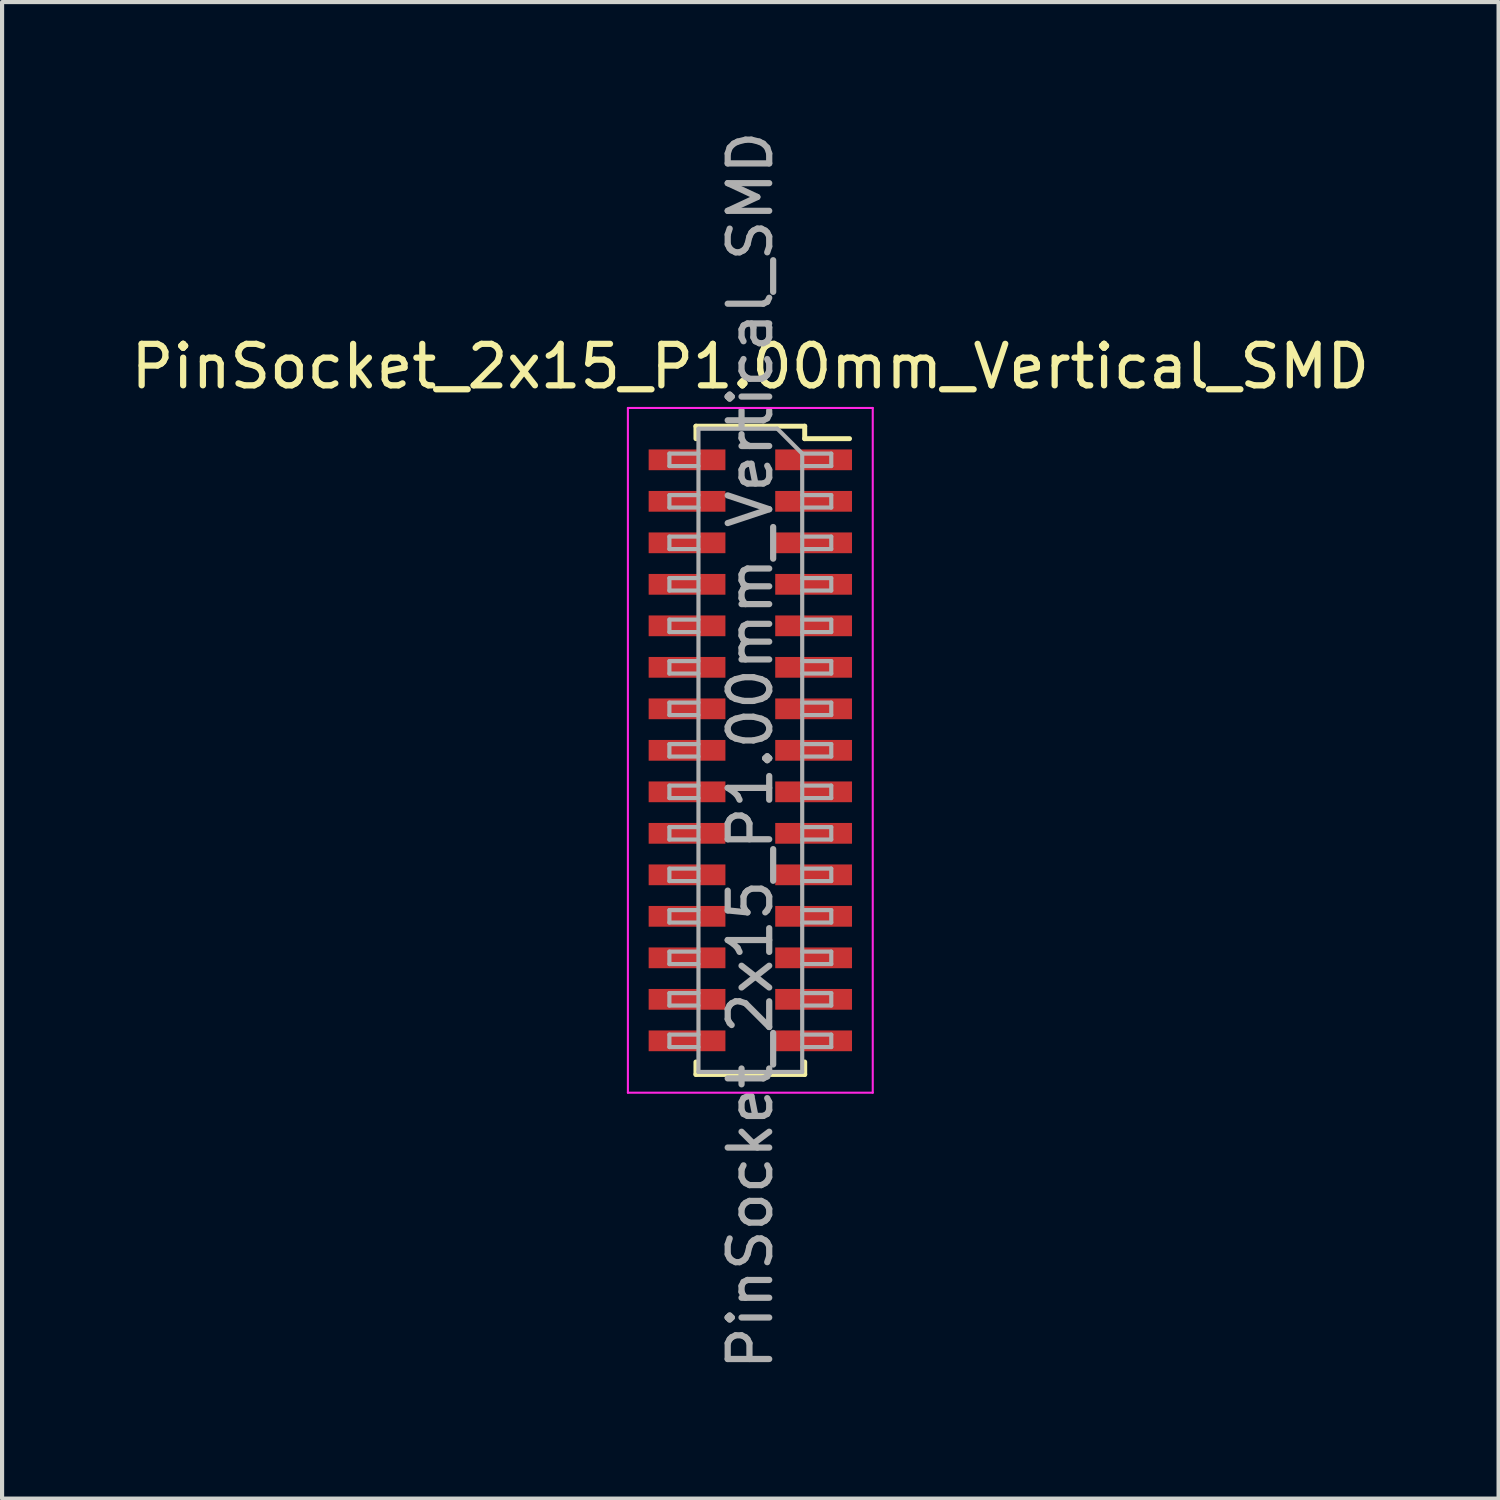
<source format=kicad_pcb>
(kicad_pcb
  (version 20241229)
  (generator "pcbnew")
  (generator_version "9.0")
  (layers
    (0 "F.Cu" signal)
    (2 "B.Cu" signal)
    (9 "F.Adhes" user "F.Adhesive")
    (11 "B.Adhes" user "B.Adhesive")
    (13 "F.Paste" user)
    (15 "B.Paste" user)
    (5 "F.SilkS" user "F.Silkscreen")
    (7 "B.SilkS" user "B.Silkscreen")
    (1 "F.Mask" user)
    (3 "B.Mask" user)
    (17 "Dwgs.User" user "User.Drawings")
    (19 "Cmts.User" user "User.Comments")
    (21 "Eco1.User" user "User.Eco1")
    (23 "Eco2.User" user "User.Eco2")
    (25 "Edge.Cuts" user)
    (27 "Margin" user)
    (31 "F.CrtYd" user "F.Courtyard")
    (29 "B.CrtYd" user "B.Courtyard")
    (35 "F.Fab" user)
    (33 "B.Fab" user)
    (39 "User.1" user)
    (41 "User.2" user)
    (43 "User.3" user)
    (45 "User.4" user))
  (footprint "PinSocket_2x15_P1.00mm_Vertical_SMD"
    (layer "F.Cu")
    (at 15.03 15.03)
    (property "Reference" "PinSocket_2x15_P1.00mm_Vertical_SMD" (at 0 -9.25 0) (layer "F.SilkS") (effects (font (size 1 1) (thickness 0.15))))
    (attr smd)
    (fp_line (start -1.31 -7.81) (end -1.31 -7.51) (stroke (width 0.12) (type solid)) (layer "F.SilkS"))
    (fp_line (start -1.31 -7.81) (end 1.31 -7.81) (stroke (width 0.12) (type solid)) (layer "F.SilkS"))
    (fp_line (start -1.31 7.51) (end -1.31 7.81) (stroke (width 0.12) (type solid)) (layer "F.SilkS"))
    (fp_line (start -1.31 7.81) (end 1.31 7.81) (stroke (width 0.12) (type solid)) (layer "F.SilkS"))
    (fp_line (start 1.31 -7.81) (end 1.31 -7.51) (stroke (width 0.12) (type solid)) (layer "F.SilkS"))
    (fp_line (start 1.31 -7.51) (end 2.39 -7.51) (stroke (width 0.12) (type solid)) (layer "F.SilkS"))
    (fp_line (start 1.31 7.51) (end 1.31 7.81) (stroke (width 0.12) (type solid)) (layer "F.SilkS"))
    (fp_line (start -2.95 -8.25) (end 2.95 -8.25) (stroke (width 0.05) (type solid)) (layer "F.CrtYd"))
    (fp_line (start -2.95 8.25) (end -2.95 -8.25) (stroke (width 0.05) (type solid)) (layer "F.CrtYd"))
    (fp_line (start 2.95 -8.25) (end 2.95 8.25) (stroke (width 0.05) (type solid)) (layer "F.CrtYd"))
    (fp_line (start 2.95 8.25) (end -2.95 8.25) (stroke (width 0.05) (type solid)) (layer "F.CrtYd"))
    (fp_line (start -1.95 -7.15) (end -1.25 -7.15) (stroke (width 0.1) (type solid)) (layer "F.Fab"))
    (fp_line (start -1.95 -6.85) (end -1.95 -7.15) (stroke (width 0.1) (type solid)) (layer "F.Fab"))
    (fp_line (start -1.95 -6.15) (end -1.25 -6.15) (stroke (width 0.1) (type solid)) (layer "F.Fab"))
    (fp_line (start -1.95 -5.85) (end -1.95 -6.15) (stroke (width 0.1) (type solid)) (layer "F.Fab"))
    (fp_line (start -1.95 -5.15) (end -1.25 -5.15) (stroke (width 0.1) (type solid)) (layer "F.Fab"))
    (fp_line (start -1.95 -4.85) (end -1.95 -5.15) (stroke (width 0.1) (type solid)) (layer "F.Fab"))
    (fp_line (start -1.95 -4.15) (end -1.25 -4.15) (stroke (width 0.1) (type solid)) (layer "F.Fab"))
    (fp_line (start -1.95 -3.85) (end -1.95 -4.15) (stroke (width 0.1) (type solid)) (layer "F.Fab"))
    (fp_line (start -1.95 -3.15) (end -1.25 -3.15) (stroke (width 0.1) (type solid)) (layer "F.Fab"))
    (fp_line (start -1.95 -2.85) (end -1.95 -3.15) (stroke (width 0.1) (type solid)) (layer "F.Fab"))
    (fp_line (start -1.95 -2.15) (end -1.25 -2.15) (stroke (width 0.1) (type solid)) (layer "F.Fab"))
    (fp_line (start -1.95 -1.85) (end -1.95 -2.15) (stroke (width 0.1) (type solid)) (layer "F.Fab"))
    (fp_line (start -1.95 -1.15) (end -1.25 -1.15) (stroke (width 0.1) (type solid)) (layer "F.Fab"))
    (fp_line (start -1.95 -0.85) (end -1.95 -1.15) (stroke (width 0.1) (type solid)) (layer "F.Fab"))
    (fp_line (start -1.95 -0.15) (end -1.25 -0.15) (stroke (width 0.1) (type solid)) (layer "F.Fab"))
    (fp_line (start -1.95 0.15) (end -1.95 -0.15) (stroke (width 0.1) (type solid)) (layer "F.Fab"))
    (fp_line (start -1.95 0.85) (end -1.25 0.85) (stroke (width 0.1) (type solid)) (layer "F.Fab"))
    (fp_line (start -1.95 1.15) (end -1.95 0.85) (stroke (width 0.1) (type solid)) (layer "F.Fab"))
    (fp_line (start -1.95 1.85) (end -1.25 1.85) (stroke (width 0.1) (type solid)) (layer "F.Fab"))
    (fp_line (start -1.95 2.15) (end -1.95 1.85) (stroke (width 0.1) (type solid)) (layer "F.Fab"))
    (fp_line (start -1.95 2.85) (end -1.25 2.85) (stroke (width 0.1) (type solid)) (layer "F.Fab"))
    (fp_line (start -1.95 3.15) (end -1.95 2.85) (stroke (width 0.1) (type solid)) (layer "F.Fab"))
    (fp_line (start -1.95 3.85) (end -1.25 3.85) (stroke (width 0.1) (type solid)) (layer "F.Fab"))
    (fp_line (start -1.95 4.15) (end -1.95 3.85) (stroke (width 0.1) (type solid)) (layer "F.Fab"))
    (fp_line (start -1.95 4.85) (end -1.25 4.85) (stroke (width 0.1) (type solid)) (layer "F.Fab"))
    (fp_line (start -1.95 5.15) (end -1.95 4.85) (stroke (width 0.1) (type solid)) (layer "F.Fab"))
    (fp_line (start -1.95 5.85) (end -1.25 5.85) (stroke (width 0.1) (type solid)) (layer "F.Fab"))
    (fp_line (start -1.95 6.15) (end -1.95 5.85) (stroke (width 0.1) (type solid)) (layer "F.Fab"))
    (fp_line (start -1.95 6.85) (end -1.25 6.85) (stroke (width 0.1) (type solid)) (layer "F.Fab"))
    (fp_line (start -1.95 7.15) (end -1.95 6.85) (stroke (width 0.1) (type solid)) (layer "F.Fab"))
    (fp_line (start -1.25 -7.75) (end 0.65 -7.75) (stroke (width 0.1) (type solid)) (layer "F.Fab"))
    (fp_line (start -1.25 -6.85) (end -1.95 -6.85) (stroke (width 0.1) (type solid)) (layer "F.Fab"))
    (fp_line (start -1.25 -5.85) (end -1.95 -5.85) (stroke (width 0.1) (type solid)) (layer "F.Fab"))
    (fp_line (start -1.25 -4.85) (end -1.95 -4.85) (stroke (width 0.1) (type solid)) (layer "F.Fab"))
    (fp_line (start -1.25 -3.85) (end -1.95 -3.85) (stroke (width 0.1) (type solid)) (layer "F.Fab"))
    (fp_line (start -1.25 -2.85) (end -1.95 -2.85) (stroke (width 0.1) (type solid)) (layer "F.Fab"))
    (fp_line (start -1.25 -1.85) (end -1.95 -1.85) (stroke (width 0.1) (type solid)) (layer "F.Fab"))
    (fp_line (start -1.25 -0.85) (end -1.95 -0.85) (stroke (width 0.1) (type solid)) (layer "F.Fab"))
    (fp_line (start -1.25 0.15) (end -1.95 0.15) (stroke (width 0.1) (type solid)) (layer "F.Fab"))
    (fp_line (start -1.25 1.15) (end -1.95 1.15) (stroke (width 0.1) (type solid)) (layer "F.Fab"))
    (fp_line (start -1.25 2.15) (end -1.95 2.15) (stroke (width 0.1) (type solid)) (layer "F.Fab"))
    (fp_line (start -1.25 3.15) (end -1.95 3.15) (stroke (width 0.1) (type solid)) (layer "F.Fab"))
    (fp_line (start -1.25 4.15) (end -1.95 4.15) (stroke (width 0.1) (type solid)) (layer "F.Fab"))
    (fp_line (start -1.25 5.15) (end -1.95 5.15) (stroke (width 0.1) (type solid)) (layer "F.Fab"))
    (fp_line (start -1.25 6.15) (end -1.95 6.15) (stroke (width 0.1) (type solid)) (layer "F.Fab"))
    (fp_line (start -1.25 7.15) (end -1.95 7.15) (stroke (width 0.1) (type solid)) (layer "F.Fab"))
    (fp_line (start -1.25 7.75) (end -1.25 -7.75) (stroke (width 0.1) (type solid)) (layer "F.Fab"))
    (fp_line (start 0.65 -7.75) (end 1.25 -7.15) (stroke (width 0.1) (type solid)) (layer "F.Fab"))
    (fp_line (start 1.25 -7.15) (end 1.25 7.75) (stroke (width 0.1) (type solid)) (layer "F.Fab"))
    (fp_line (start 1.25 -7.15) (end 1.95 -7.15) (stroke (width 0.1) (type solid)) (layer "F.Fab"))
    (fp_line (start 1.25 -6.15) (end 1.95 -6.15) (stroke (width 0.1) (type solid)) (layer "F.Fab"))
    (fp_line (start 1.25 -5.15) (end 1.95 -5.15) (stroke (width 0.1) (type solid)) (layer "F.Fab"))
    (fp_line (start 1.25 -4.15) (end 1.95 -4.15) (stroke (width 0.1) (type solid)) (layer "F.Fab"))
    (fp_line (start 1.25 -3.15) (end 1.95 -3.15) (stroke (width 0.1) (type solid)) (layer "F.Fab"))
    (fp_line (start 1.25 -2.15) (end 1.95 -2.15) (stroke (width 0.1) (type solid)) (layer "F.Fab"))
    (fp_line (start 1.25 -1.15) (end 1.95 -1.15) (stroke (width 0.1) (type solid)) (layer "F.Fab"))
    (fp_line (start 1.25 -0.15) (end 1.95 -0.15) (stroke (width 0.1) (type solid)) (layer "F.Fab"))
    (fp_line (start 1.25 0.85) (end 1.95 0.85) (stroke (width 0.1) (type solid)) (layer "F.Fab"))
    (fp_line (start 1.25 1.85) (end 1.95 1.85) (stroke (width 0.1) (type solid)) (layer "F.Fab"))
    (fp_line (start 1.25 2.85) (end 1.95 2.85) (stroke (width 0.1) (type solid)) (layer "F.Fab"))
    (fp_line (start 1.25 3.85) (end 1.95 3.85) (stroke (width 0.1) (type solid)) (layer "F.Fab"))
    (fp_line (start 1.25 4.85) (end 1.95 4.85) (stroke (width 0.1) (type solid)) (layer "F.Fab"))
    (fp_line (start 1.25 5.85) (end 1.95 5.85) (stroke (width 0.1) (type solid)) (layer "F.Fab"))
    (fp_line (start 1.25 6.85) (end 1.95 6.85) (stroke (width 0.1) (type solid)) (layer "F.Fab"))
    (fp_line (start 1.25 7.75) (end -1.25 7.75) (stroke (width 0.1) (type solid)) (layer "F.Fab"))
    (fp_line (start 1.95 -7.15) (end 1.95 -6.85) (stroke (width 0.1) (type solid)) (layer "F.Fab"))
    (fp_line (start 1.95 -6.85) (end 1.25 -6.85) (stroke (width 0.1) (type solid)) (layer "F.Fab"))
    (fp_line (start 1.95 -6.15) (end 1.95 -5.85) (stroke (width 0.1) (type solid)) (layer "F.Fab"))
    (fp_line (start 1.95 -5.85) (end 1.25 -5.85) (stroke (width 0.1) (type solid)) (layer "F.Fab"))
    (fp_line (start 1.95 -5.15) (end 1.95 -4.85) (stroke (width 0.1) (type solid)) (layer "F.Fab"))
    (fp_line (start 1.95 -4.85) (end 1.25 -4.85) (stroke (width 0.1) (type solid)) (layer "F.Fab"))
    (fp_line (start 1.95 -4.15) (end 1.95 -3.85) (stroke (width 0.1) (type solid)) (layer "F.Fab"))
    (fp_line (start 1.95 -3.85) (end 1.25 -3.85) (stroke (width 0.1) (type solid)) (layer "F.Fab"))
    (fp_line (start 1.95 -3.15) (end 1.95 -2.85) (stroke (width 0.1) (type solid)) (layer "F.Fab"))
    (fp_line (start 1.95 -2.85) (end 1.25 -2.85) (stroke (width 0.1) (type solid)) (layer "F.Fab"))
    (fp_line (start 1.95 -2.15) (end 1.95 -1.85) (stroke (width 0.1) (type solid)) (layer "F.Fab"))
    (fp_line (start 1.95 -1.85) (end 1.25 -1.85) (stroke (width 0.1) (type solid)) (layer "F.Fab"))
    (fp_line (start 1.95 -1.15) (end 1.95 -0.85) (stroke (width 0.1) (type solid)) (layer "F.Fab"))
    (fp_line (start 1.95 -0.85) (end 1.25 -0.85) (stroke (width 0.1) (type solid)) (layer "F.Fab"))
    (fp_line (start 1.95 -0.15) (end 1.95 0.15) (stroke (width 0.1) (type solid)) (layer "F.Fab"))
    (fp_line (start 1.95 0.15) (end 1.25 0.15) (stroke (width 0.1) (type solid)) (layer "F.Fab"))
    (fp_line (start 1.95 0.85) (end 1.95 1.15) (stroke (width 0.1) (type solid)) (layer "F.Fab"))
    (fp_line (start 1.95 1.15) (end 1.25 1.15) (stroke (width 0.1) (type solid)) (layer "F.Fab"))
    (fp_line (start 1.95 1.85) (end 1.95 2.15) (stroke (width 0.1) (type solid)) (layer "F.Fab"))
    (fp_line (start 1.95 2.15) (end 1.25 2.15) (stroke (width 0.1) (type solid)) (layer "F.Fab"))
    (fp_line (start 1.95 2.85) (end 1.95 3.15) (stroke (width 0.1) (type solid)) (layer "F.Fab"))
    (fp_line (start 1.95 3.15) (end 1.25 3.15) (stroke (width 0.1) (type solid)) (layer "F.Fab"))
    (fp_line (start 1.95 3.85) (end 1.95 4.15) (stroke (width 0.1) (type solid)) (layer "F.Fab"))
    (fp_line (start 1.95 4.15) (end 1.25 4.15) (stroke (width 0.1) (type solid)) (layer "F.Fab"))
    (fp_line (start 1.95 4.85) (end 1.95 5.15) (stroke (width 0.1) (type solid)) (layer "F.Fab"))
    (fp_line (start 1.95 5.15) (end 1.25 5.15) (stroke (width 0.1) (type solid)) (layer "F.Fab"))
    (fp_line (start 1.95 5.85) (end 1.95 6.15) (stroke (width 0.1) (type solid)) (layer "F.Fab"))
    (fp_line (start 1.95 6.15) (end 1.25 6.15) (stroke (width 0.1) (type solid)) (layer "F.Fab"))
    (fp_line (start 1.95 6.85) (end 1.95 7.15) (stroke (width 0.1) (type solid)) (layer "F.Fab"))
    (fp_line (start 1.95 7.15) (end 1.25 7.15) (stroke (width 0.1) (type solid)) (layer "F.Fab"))
    (fp_text user "${REFERENCE}" (at 0 0 90) (layer "F.Fab") (effects (font (size 1 1) (thickness 0.15))))
    (pad "1" smd rect (at 1.525 -7) (size 1.85 0.5) (layers "F.Cu" "F.Mask" "F.Paste"))
    (pad "2" smd rect (at -1.525 -7) (size 1.85 0.5) (layers "F.Cu" "F.Mask" "F.Paste"))
    (pad "3" smd rect (at 1.525 -6) (size 1.85 0.5) (layers "F.Cu" "F.Mask" "F.Paste"))
    (pad "4" smd rect (at -1.525 -6) (size 1.85 0.5) (layers "F.Cu" "F.Mask" "F.Paste"))
    (pad "5" smd rect (at 1.525 -5) (size 1.85 0.5) (layers "F.Cu" "F.Mask" "F.Paste"))
    (pad "6" smd rect (at -1.525 -5) (size 1.85 0.5) (layers "F.Cu" "F.Mask" "F.Paste"))
    (pad "7" smd rect (at 1.525 -4) (size 1.85 0.5) (layers "F.Cu" "F.Mask" "F.Paste"))
    (pad "8" smd rect (at -1.525 -4) (size 1.85 0.5) (layers "F.Cu" "F.Mask" "F.Paste"))
    (pad "9" smd rect (at 1.525 -3) (size 1.85 0.5) (layers "F.Cu" "F.Mask" "F.Paste"))
    (pad "10" smd rect (at -1.525 -3) (size 1.85 0.5) (layers "F.Cu" "F.Mask" "F.Paste"))
    (pad "11" smd rect (at 1.525 -2) (size 1.85 0.5) (layers "F.Cu" "F.Mask" "F.Paste"))
    (pad "12" smd rect (at -1.525 -2) (size 1.85 0.5) (layers "F.Cu" "F.Mask" "F.Paste"))
    (pad "13" smd rect (at 1.525 -1) (size 1.85 0.5) (layers "F.Cu" "F.Mask" "F.Paste"))
    (pad "14" smd rect (at -1.525 -1) (size 1.85 0.5) (layers "F.Cu" "F.Mask" "F.Paste"))
    (pad "15" smd rect (at 1.525 0) (size 1.85 0.5) (layers "F.Cu" "F.Mask" "F.Paste"))
    (pad "16" smd rect (at -1.525 0) (size 1.85 0.5) (layers "F.Cu" "F.Mask" "F.Paste"))
    (pad "17" smd rect (at 1.525 1) (size 1.85 0.5) (layers "F.Cu" "F.Mask" "F.Paste"))
    (pad "18" smd rect (at -1.525 1) (size 1.85 0.5) (layers "F.Cu" "F.Mask" "F.Paste"))
    (pad "19" smd rect (at 1.525 2) (size 1.85 0.5) (layers "F.Cu" "F.Mask" "F.Paste"))
    (pad "20" smd rect (at -1.525 2) (size 1.85 0.5) (layers "F.Cu" "F.Mask" "F.Paste"))
    (pad "21" smd rect (at 1.525 3) (size 1.85 0.5) (layers "F.Cu" "F.Mask" "F.Paste"))
    (pad "22" smd rect (at -1.525 3) (size 1.85 0.5) (layers "F.Cu" "F.Mask" "F.Paste"))
    (pad "23" smd rect (at 1.525 4) (size 1.85 0.5) (layers "F.Cu" "F.Mask" "F.Paste"))
    (pad "24" smd rect (at -1.525 4) (size 1.85 0.5) (layers "F.Cu" "F.Mask" "F.Paste"))
    (pad "25" smd rect (at 1.525 5) (size 1.85 0.5) (layers "F.Cu" "F.Mask" "F.Paste"))
    (pad "26" smd rect (at -1.525 5) (size 1.85 0.5) (layers "F.Cu" "F.Mask" "F.Paste"))
    (pad "27" smd rect (at 1.525 6) (size 1.85 0.5) (layers "F.Cu" "F.Mask" "F.Paste"))
    (pad "28" smd rect (at -1.525 6) (size 1.85 0.5) (layers "F.Cu" "F.Mask" "F.Paste"))
    (pad "29" smd rect (at 1.525 7) (size 1.85 0.5) (layers "F.Cu" "F.Mask" "F.Paste"))
    (pad "30" smd rect (at -1.525 7) (size 1.85 0.5) (layers "F.Cu" "F.Mask" "F.Paste")))
  (gr_rect
    (start -3 -3)
    (end 33.06 33.06)
    (stroke (width 0.1) (type default))
    (fill no)
    (layer "Edge.Cuts")))
</source>
